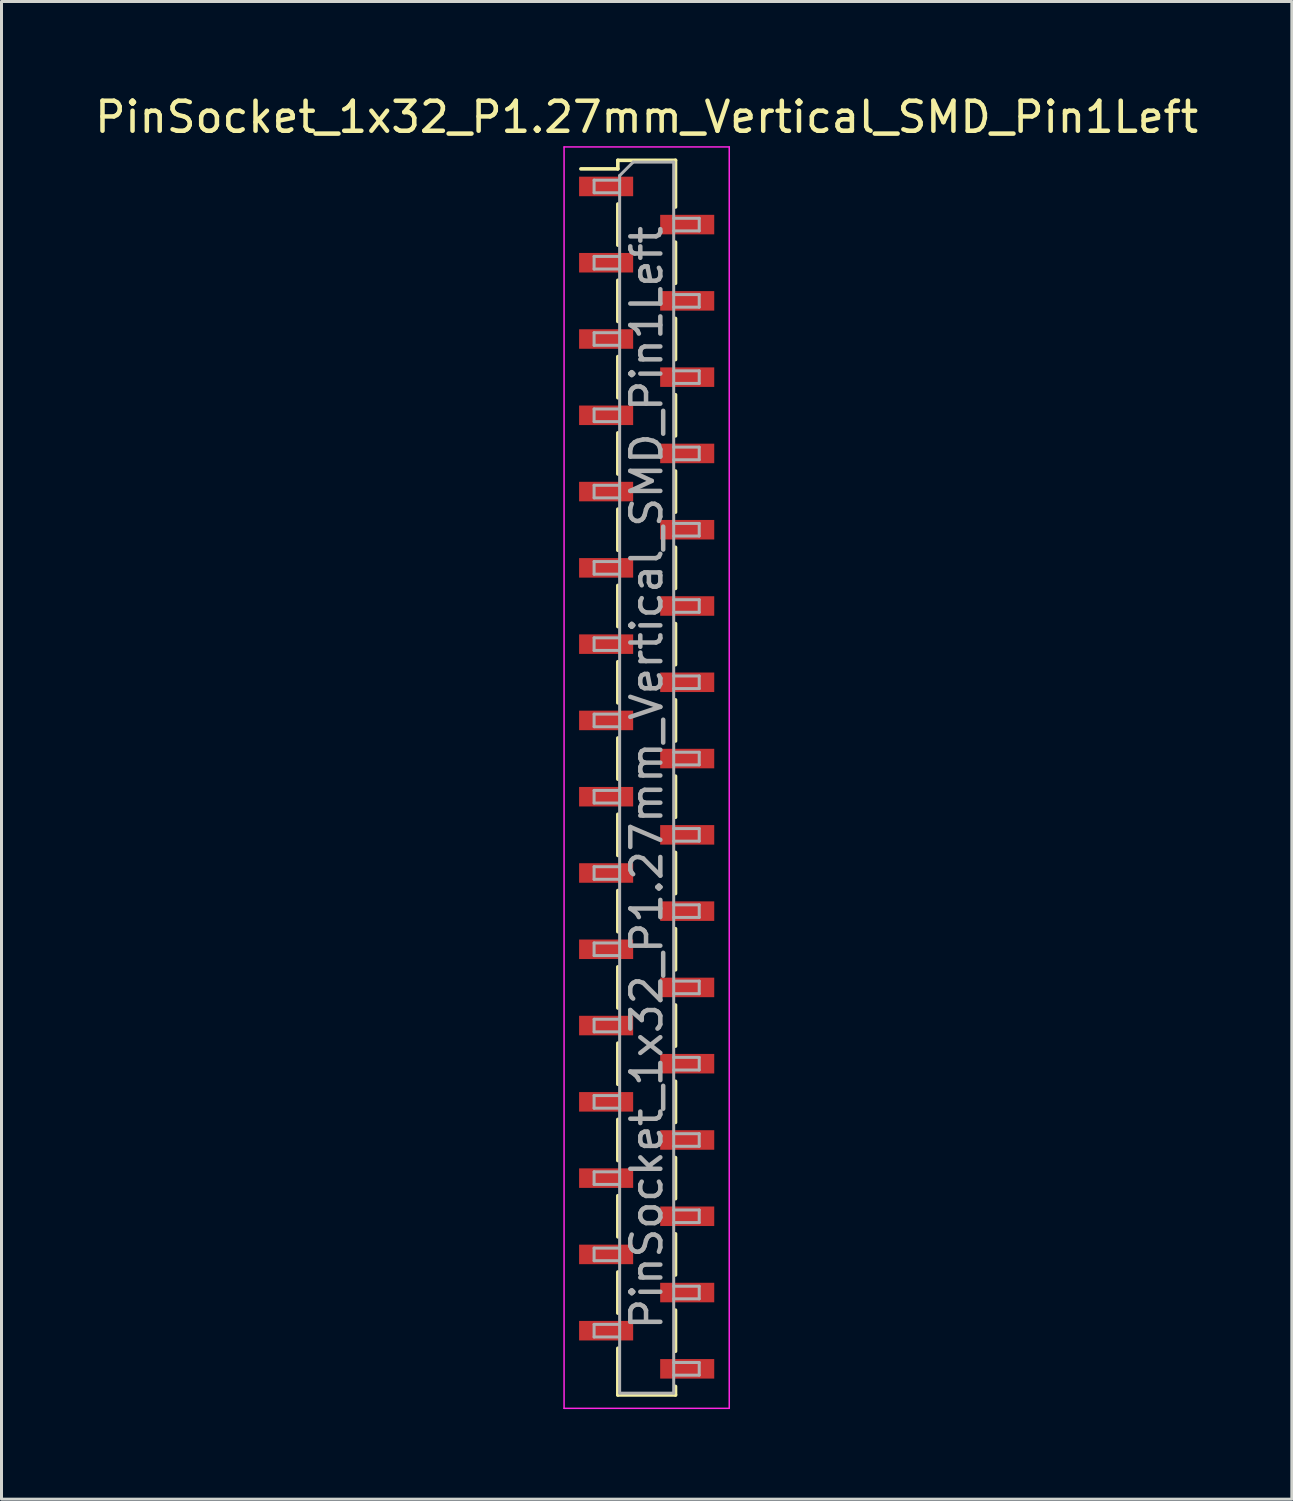
<source format=kicad_pcb>
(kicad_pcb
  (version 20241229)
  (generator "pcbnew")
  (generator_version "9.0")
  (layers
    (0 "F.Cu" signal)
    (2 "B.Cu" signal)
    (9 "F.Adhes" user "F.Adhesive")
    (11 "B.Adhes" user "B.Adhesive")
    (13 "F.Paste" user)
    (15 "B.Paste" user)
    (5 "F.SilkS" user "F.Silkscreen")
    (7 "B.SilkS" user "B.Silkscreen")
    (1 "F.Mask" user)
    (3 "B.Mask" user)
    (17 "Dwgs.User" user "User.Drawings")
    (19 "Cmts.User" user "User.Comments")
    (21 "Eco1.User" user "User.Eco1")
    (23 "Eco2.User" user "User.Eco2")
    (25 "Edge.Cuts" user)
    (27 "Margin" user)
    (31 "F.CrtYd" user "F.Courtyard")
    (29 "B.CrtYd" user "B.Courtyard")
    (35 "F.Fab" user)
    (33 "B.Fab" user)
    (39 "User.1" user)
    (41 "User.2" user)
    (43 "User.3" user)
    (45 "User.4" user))
  (footprint "PinSocket_1x32_P1.27mm_Vertical_SMD_Pin1Left"
    (layer "F.Cu")
    (at 18.482 22.843)
    (property "Reference" "PinSocket_1x32_P1.27mm_Vertical_SMD_Pin1Left" (at 0 -21.995 0) (layer "F.SilkS") (effects (font (size 1 1) (thickness 0.15))))
    (attr smd)
    (fp_line (start -2.19 -20.27) (end -0.96 -20.27) (stroke (width 0.12) (type solid)) (layer "F.SilkS"))
    (fp_line (start -0.96 -20.555) (end -0.96 -20.27) (stroke (width 0.12) (type solid)) (layer "F.SilkS"))
    (fp_line (start -0.96 -20.555) (end 0.96 -20.555) (stroke (width 0.12) (type solid)) (layer "F.SilkS"))
    (fp_line (start -0.96 -19.1) (end -0.96 -17.73) (stroke (width 0.12) (type solid)) (layer "F.SilkS"))
    (fp_line (start -0.96 -16.56) (end -0.96 -15.19) (stroke (width 0.12) (type solid)) (layer "F.SilkS"))
    (fp_line (start -0.96 -14.02) (end -0.96 -12.65) (stroke (width 0.12) (type solid)) (layer "F.SilkS"))
    (fp_line (start -0.96 -11.48) (end -0.96 -10.11) (stroke (width 0.12) (type solid)) (layer "F.SilkS"))
    (fp_line (start -0.96 -8.94) (end -0.96 -7.57) (stroke (width 0.12) (type solid)) (layer "F.SilkS"))
    (fp_line (start -0.96 -6.4) (end -0.96 -5.03) (stroke (width 0.12) (type solid)) (layer "F.SilkS"))
    (fp_line (start -0.96 -3.86) (end -0.96 -2.49) (stroke (width 0.12) (type solid)) (layer "F.SilkS"))
    (fp_line (start -0.96 -1.32) (end -0.96 0.05) (stroke (width 0.12) (type solid)) (layer "F.SilkS"))
    (fp_line (start -0.96 1.22) (end -0.96 2.59) (stroke (width 0.12) (type solid)) (layer "F.SilkS"))
    (fp_line (start -0.96 3.76) (end -0.96 5.13) (stroke (width 0.12) (type solid)) (layer "F.SilkS"))
    (fp_line (start -0.96 6.3) (end -0.96 7.67) (stroke (width 0.12) (type solid)) (layer "F.SilkS"))
    (fp_line (start -0.96 8.84) (end -0.96 10.21) (stroke (width 0.12) (type solid)) (layer "F.SilkS"))
    (fp_line (start -0.96 11.38) (end -0.96 12.75) (stroke (width 0.12) (type solid)) (layer "F.SilkS"))
    (fp_line (start -0.96 13.92) (end -0.96 15.29) (stroke (width 0.12) (type solid)) (layer "F.SilkS"))
    (fp_line (start -0.96 16.46) (end -0.96 17.83) (stroke (width 0.12) (type solid)) (layer "F.SilkS"))
    (fp_line (start -0.96 19) (end -0.96 20.555) (stroke (width 0.12) (type solid)) (layer "F.SilkS"))
    (fp_line (start -0.96 20.555) (end 0.96 20.555) (stroke (width 0.12) (type solid)) (layer "F.SilkS"))
    (fp_line (start 0.96 -20.555) (end 0.96 -19) (stroke (width 0.12) (type solid)) (layer "F.SilkS"))
    (fp_line (start 0.96 -17.83) (end 0.96 -16.46) (stroke (width 0.12) (type solid)) (layer "F.SilkS"))
    (fp_line (start 0.96 -15.29) (end 0.96 -13.92) (stroke (width 0.12) (type solid)) (layer "F.SilkS"))
    (fp_line (start 0.96 -12.75) (end 0.96 -11.38) (stroke (width 0.12) (type solid)) (layer "F.SilkS"))
    (fp_line (start 0.96 -10.21) (end 0.96 -8.84) (stroke (width 0.12) (type solid)) (layer "F.SilkS"))
    (fp_line (start 0.96 -7.67) (end 0.96 -6.3) (stroke (width 0.12) (type solid)) (layer "F.SilkS"))
    (fp_line (start 0.96 -5.13) (end 0.96 -3.76) (stroke (width 0.12) (type solid)) (layer "F.SilkS"))
    (fp_line (start 0.96 -2.59) (end 0.96 -1.22) (stroke (width 0.12) (type solid)) (layer "F.SilkS"))
    (fp_line (start 0.96 -0.05) (end 0.96 1.32) (stroke (width 0.12) (type solid)) (layer "F.SilkS"))
    (fp_line (start 0.96 2.49) (end 0.96 3.86) (stroke (width 0.12) (type solid)) (layer "F.SilkS"))
    (fp_line (start 0.96 5.03) (end 0.96 6.4) (stroke (width 0.12) (type solid)) (layer "F.SilkS"))
    (fp_line (start 0.96 7.57) (end 0.96 8.94) (stroke (width 0.12) (type solid)) (layer "F.SilkS"))
    (fp_line (start 0.96 10.11) (end 0.96 11.48) (stroke (width 0.12) (type solid)) (layer "F.SilkS"))
    (fp_line (start 0.96 12.65) (end 0.96 14.02) (stroke (width 0.12) (type solid)) (layer "F.SilkS"))
    (fp_line (start 0.96 15.19) (end 0.96 16.56) (stroke (width 0.12) (type solid)) (layer "F.SilkS"))
    (fp_line (start 0.96 17.73) (end 0.96 19.1) (stroke (width 0.12) (type solid)) (layer "F.SilkS"))
    (fp_line (start 0.96 20.27) (end 0.96 20.555) (stroke (width 0.12) (type solid)) (layer "F.SilkS"))
    (fp_line (start -2.75 -21) (end 2.75 -21) (stroke (width 0.05) (type solid)) (layer "F.CrtYd"))
    (fp_line (start -2.75 21) (end -2.75 -21) (stroke (width 0.05) (type solid)) (layer "F.CrtYd"))
    (fp_line (start 2.75 -21) (end 2.75 21) (stroke (width 0.05) (type solid)) (layer "F.CrtYd"))
    (fp_line (start 2.75 21) (end -2.75 21) (stroke (width 0.05) (type solid)) (layer "F.CrtYd"))
    (fp_line (start -1.75 -19.895) (end -0.9 -19.895) (stroke (width 0.1) (type solid)) (layer "F.Fab"))
    (fp_line (start -1.75 -19.475) (end -1.75 -19.895) (stroke (width 0.1) (type solid)) (layer "F.Fab"))
    (fp_line (start -1.75 -17.355) (end -0.9 -17.355) (stroke (width 0.1) (type solid)) (layer "F.Fab"))
    (fp_line (start -1.75 -16.935) (end -1.75 -17.355) (stroke (width 0.1) (type solid)) (layer "F.Fab"))
    (fp_line (start -1.75 -14.815) (end -0.9 -14.815) (stroke (width 0.1) (type solid)) (layer "F.Fab"))
    (fp_line (start -1.75 -14.395) (end -1.75 -14.815) (stroke (width 0.1) (type solid)) (layer "F.Fab"))
    (fp_line (start -1.75 -12.275) (end -0.9 -12.275) (stroke (width 0.1) (type solid)) (layer "F.Fab"))
    (fp_line (start -1.75 -11.855) (end -1.75 -12.275) (stroke (width 0.1) (type solid)) (layer "F.Fab"))
    (fp_line (start -1.75 -9.735) (end -0.9 -9.735) (stroke (width 0.1) (type solid)) (layer "F.Fab"))
    (fp_line (start -1.75 -9.315) (end -1.75 -9.735) (stroke (width 0.1) (type solid)) (layer "F.Fab"))
    (fp_line (start -1.75 -7.195) (end -0.9 -7.195) (stroke (width 0.1) (type solid)) (layer "F.Fab"))
    (fp_line (start -1.75 -6.775) (end -1.75 -7.195) (stroke (width 0.1) (type solid)) (layer "F.Fab"))
    (fp_line (start -1.75 -4.655) (end -0.9 -4.655) (stroke (width 0.1) (type solid)) (layer "F.Fab"))
    (fp_line (start -1.75 -4.235) (end -1.75 -4.655) (stroke (width 0.1) (type solid)) (layer "F.Fab"))
    (fp_line (start -1.75 -2.115) (end -0.9 -2.115) (stroke (width 0.1) (type solid)) (layer "F.Fab"))
    (fp_line (start -1.75 -1.695) (end -1.75 -2.115) (stroke (width 0.1) (type solid)) (layer "F.Fab"))
    (fp_line (start -1.75 0.425) (end -0.9 0.425) (stroke (width 0.1) (type solid)) (layer "F.Fab"))
    (fp_line (start -1.75 0.845) (end -1.75 0.425) (stroke (width 0.1) (type solid)) (layer "F.Fab"))
    (fp_line (start -1.75 2.965) (end -0.9 2.965) (stroke (width 0.1) (type solid)) (layer "F.Fab"))
    (fp_line (start -1.75 3.385) (end -1.75 2.965) (stroke (width 0.1) (type solid)) (layer "F.Fab"))
    (fp_line (start -1.75 5.505) (end -0.9 5.505) (stroke (width 0.1) (type solid)) (layer "F.Fab"))
    (fp_line (start -1.75 5.925) (end -1.75 5.505) (stroke (width 0.1) (type solid)) (layer "F.Fab"))
    (fp_line (start -1.75 8.045) (end -0.9 8.045) (stroke (width 0.1) (type solid)) (layer "F.Fab"))
    (fp_line (start -1.75 8.465) (end -1.75 8.045) (stroke (width 0.1) (type solid)) (layer "F.Fab"))
    (fp_line (start -1.75 10.585) (end -0.9 10.585) (stroke (width 0.1) (type solid)) (layer "F.Fab"))
    (fp_line (start -1.75 11.005) (end -1.75 10.585) (stroke (width 0.1) (type solid)) (layer "F.Fab"))
    (fp_line (start -1.75 13.125) (end -0.9 13.125) (stroke (width 0.1) (type solid)) (layer "F.Fab"))
    (fp_line (start -1.75 13.545) (end -1.75 13.125) (stroke (width 0.1) (type solid)) (layer "F.Fab"))
    (fp_line (start -1.75 15.665) (end -0.9 15.665) (stroke (width 0.1) (type solid)) (layer "F.Fab"))
    (fp_line (start -1.75 16.085) (end -1.75 15.665) (stroke (width 0.1) (type solid)) (layer "F.Fab"))
    (fp_line (start -1.75 18.205) (end -0.9 18.205) (stroke (width 0.1) (type solid)) (layer "F.Fab"))
    (fp_line (start -1.75 18.625) (end -1.75 18.205) (stroke (width 0.1) (type solid)) (layer "F.Fab"))
    (fp_line (start -0.9 -20.045) (end -0.45 -20.495) (stroke (width 0.1) (type solid)) (layer "F.Fab"))
    (fp_line (start -0.9 -19.475) (end -1.75 -19.475) (stroke (width 0.1) (type solid)) (layer "F.Fab"))
    (fp_line (start -0.9 -16.935) (end -1.75 -16.935) (stroke (width 0.1) (type solid)) (layer "F.Fab"))
    (fp_line (start -0.9 -14.395) (end -1.75 -14.395) (stroke (width 0.1) (type solid)) (layer "F.Fab"))
    (fp_line (start -0.9 -11.855) (end -1.75 -11.855) (stroke (width 0.1) (type solid)) (layer "F.Fab"))
    (fp_line (start -0.9 -9.315) (end -1.75 -9.315) (stroke (width 0.1) (type solid)) (layer "F.Fab"))
    (fp_line (start -0.9 -6.775) (end -1.75 -6.775) (stroke (width 0.1) (type solid)) (layer "F.Fab"))
    (fp_line (start -0.9 -4.235) (end -1.75 -4.235) (stroke (width 0.1) (type solid)) (layer "F.Fab"))
    (fp_line (start -0.9 -1.695) (end -1.75 -1.695) (stroke (width 0.1) (type solid)) (layer "F.Fab"))
    (fp_line (start -0.9 0.845) (end -1.75 0.845) (stroke (width 0.1) (type solid)) (layer "F.Fab"))
    (fp_line (start -0.9 3.385) (end -1.75 3.385) (stroke (width 0.1) (type solid)) (layer "F.Fab"))
    (fp_line (start -0.9 5.925) (end -1.75 5.925) (stroke (width 0.1) (type solid)) (layer "F.Fab"))
    (fp_line (start -0.9 8.465) (end -1.75 8.465) (stroke (width 0.1) (type solid)) (layer "F.Fab"))
    (fp_line (start -0.9 11.005) (end -1.75 11.005) (stroke (width 0.1) (type solid)) (layer "F.Fab"))
    (fp_line (start -0.9 13.545) (end -1.75 13.545) (stroke (width 0.1) (type solid)) (layer "F.Fab"))
    (fp_line (start -0.9 16.085) (end -1.75 16.085) (stroke (width 0.1) (type solid)) (layer "F.Fab"))
    (fp_line (start -0.9 18.625) (end -1.75 18.625) (stroke (width 0.1) (type solid)) (layer "F.Fab"))
    (fp_line (start -0.9 20.495) (end -0.9 -20.045) (stroke (width 0.1) (type solid)) (layer "F.Fab"))
    (fp_line (start -0.45 -20.495) (end 0.9 -20.495) (stroke (width 0.1) (type solid)) (layer "F.Fab"))
    (fp_line (start 0.9 -20.495) (end 0.9 20.495) (stroke (width 0.1) (type solid)) (layer "F.Fab"))
    (fp_line (start 0.9 -18.625) (end 1.75 -18.625) (stroke (width 0.1) (type solid)) (layer "F.Fab"))
    (fp_line (start 0.9 -16.085) (end 1.75 -16.085) (stroke (width 0.1) (type solid)) (layer "F.Fab"))
    (fp_line (start 0.9 -13.545) (end 1.75 -13.545) (stroke (width 0.1) (type solid)) (layer "F.Fab"))
    (fp_line (start 0.9 -11.005) (end 1.75 -11.005) (stroke (width 0.1) (type solid)) (layer "F.Fab"))
    (fp_line (start 0.9 -8.465) (end 1.75 -8.465) (stroke (width 0.1) (type solid)) (layer "F.Fab"))
    (fp_line (start 0.9 -5.925) (end 1.75 -5.925) (stroke (width 0.1) (type solid)) (layer "F.Fab"))
    (fp_line (start 0.9 -3.385) (end 1.75 -3.385) (stroke (width 0.1) (type solid)) (layer "F.Fab"))
    (fp_line (start 0.9 -0.845) (end 1.75 -0.845) (stroke (width 0.1) (type solid)) (layer "F.Fab"))
    (fp_line (start 0.9 1.695) (end 1.75 1.695) (stroke (width 0.1) (type solid)) (layer "F.Fab"))
    (fp_line (start 0.9 4.235) (end 1.75 4.235) (stroke (width 0.1) (type solid)) (layer "F.Fab"))
    (fp_line (start 0.9 6.775) (end 1.75 6.775) (stroke (width 0.1) (type solid)) (layer "F.Fab"))
    (fp_line (start 0.9 9.315) (end 1.75 9.315) (stroke (width 0.1) (type solid)) (layer "F.Fab"))
    (fp_line (start 0.9 11.855) (end 1.75 11.855) (stroke (width 0.1) (type solid)) (layer "F.Fab"))
    (fp_line (start 0.9 14.395) (end 1.75 14.395) (stroke (width 0.1) (type solid)) (layer "F.Fab"))
    (fp_line (start 0.9 16.935) (end 1.75 16.935) (stroke (width 0.1) (type solid)) (layer "F.Fab"))
    (fp_line (start 0.9 19.475) (end 1.75 19.475) (stroke (width 0.1) (type solid)) (layer "F.Fab"))
    (fp_line (start 0.9 20.495) (end -0.9 20.495) (stroke (width 0.1) (type solid)) (layer "F.Fab"))
    (fp_line (start 1.75 -18.625) (end 1.75 -18.205) (stroke (width 0.1) (type solid)) (layer "F.Fab"))
    (fp_line (start 1.75 -18.205) (end 0.9 -18.205) (stroke (width 0.1) (type solid)) (layer "F.Fab"))
    (fp_line (start 1.75 -16.085) (end 1.75 -15.665) (stroke (width 0.1) (type solid)) (layer "F.Fab"))
    (fp_line (start 1.75 -15.665) (end 0.9 -15.665) (stroke (width 0.1) (type solid)) (layer "F.Fab"))
    (fp_line (start 1.75 -13.545) (end 1.75 -13.125) (stroke (width 0.1) (type solid)) (layer "F.Fab"))
    (fp_line (start 1.75 -13.125) (end 0.9 -13.125) (stroke (width 0.1) (type solid)) (layer "F.Fab"))
    (fp_line (start 1.75 -11.005) (end 1.75 -10.585) (stroke (width 0.1) (type solid)) (layer "F.Fab"))
    (fp_line (start 1.75 -10.585) (end 0.9 -10.585) (stroke (width 0.1) (type solid)) (layer "F.Fab"))
    (fp_line (start 1.75 -8.465) (end 1.75 -8.045) (stroke (width 0.1) (type solid)) (layer "F.Fab"))
    (fp_line (start 1.75 -8.045) (end 0.9 -8.045) (stroke (width 0.1) (type solid)) (layer "F.Fab"))
    (fp_line (start 1.75 -5.925) (end 1.75 -5.505) (stroke (width 0.1) (type solid)) (layer "F.Fab"))
    (fp_line (start 1.75 -5.505) (end 0.9 -5.505) (stroke (width 0.1) (type solid)) (layer "F.Fab"))
    (fp_line (start 1.75 -3.385) (end 1.75 -2.965) (stroke (width 0.1) (type solid)) (layer "F.Fab"))
    (fp_line (start 1.75 -2.965) (end 0.9 -2.965) (stroke (width 0.1) (type solid)) (layer "F.Fab"))
    (fp_line (start 1.75 -0.845) (end 1.75 -0.425) (stroke (width 0.1) (type solid)) (layer "F.Fab"))
    (fp_line (start 1.75 -0.425) (end 0.9 -0.425) (stroke (width 0.1) (type solid)) (layer "F.Fab"))
    (fp_line (start 1.75 1.695) (end 1.75 2.115) (stroke (width 0.1) (type solid)) (layer "F.Fab"))
    (fp_line (start 1.75 2.115) (end 0.9 2.115) (stroke (width 0.1) (type solid)) (layer "F.Fab"))
    (fp_line (start 1.75 4.235) (end 1.75 4.655) (stroke (width 0.1) (type solid)) (layer "F.Fab"))
    (fp_line (start 1.75 4.655) (end 0.9 4.655) (stroke (width 0.1) (type solid)) (layer "F.Fab"))
    (fp_line (start 1.75 6.775) (end 1.75 7.195) (stroke (width 0.1) (type solid)) (layer "F.Fab"))
    (fp_line (start 1.75 7.195) (end 0.9 7.195) (stroke (width 0.1) (type solid)) (layer "F.Fab"))
    (fp_line (start 1.75 9.315) (end 1.75 9.735) (stroke (width 0.1) (type solid)) (layer "F.Fab"))
    (fp_line (start 1.75 9.735) (end 0.9 9.735) (stroke (width 0.1) (type solid)) (layer "F.Fab"))
    (fp_line (start 1.75 11.855) (end 1.75 12.275) (stroke (width 0.1) (type solid)) (layer "F.Fab"))
    (fp_line (start 1.75 12.275) (end 0.9 12.275) (stroke (width 0.1) (type solid)) (layer "F.Fab"))
    (fp_line (start 1.75 14.395) (end 1.75 14.815) (stroke (width 0.1) (type solid)) (layer "F.Fab"))
    (fp_line (start 1.75 14.815) (end 0.9 14.815) (stroke (width 0.1) (type solid)) (layer "F.Fab"))
    (fp_line (start 1.75 16.935) (end 1.75 17.355) (stroke (width 0.1) (type solid)) (layer "F.Fab"))
    (fp_line (start 1.75 17.355) (end 0.9 17.355) (stroke (width 0.1) (type solid)) (layer "F.Fab"))
    (fp_line (start 1.75 19.475) (end 1.75 19.895) (stroke (width 0.1) (type solid)) (layer "F.Fab"))
    (fp_line (start 1.75 19.895) (end 0.9 19.895) (stroke (width 0.1) (type solid)) (layer "F.Fab"))
    (fp_text user "${REFERENCE}" (at 0 0 90) (layer "F.Fab") (effects (font (size 1 1) (thickness 0.15))))
    (pad "1" smd rect (at -1.35 -19.685) (size 1.8 0.65) (layers "F.Cu" "F.Mask" "F.Paste"))
    (pad "2" smd rect (at 1.35 -18.415) (size 1.8 0.65) (layers "F.Cu" "F.Mask" "F.Paste"))
    (pad "3" smd rect (at -1.35 -17.145) (size 1.8 0.65) (layers "F.Cu" "F.Mask" "F.Paste"))
    (pad "4" smd rect (at 1.35 -15.875) (size 1.8 0.65) (layers "F.Cu" "F.Mask" "F.Paste"))
    (pad "5" smd rect (at -1.35 -14.605) (size 1.8 0.65) (layers "F.Cu" "F.Mask" "F.Paste"))
    (pad "6" smd rect (at 1.35 -13.335) (size 1.8 0.65) (layers "F.Cu" "F.Mask" "F.Paste"))
    (pad "7" smd rect (at -1.35 -12.065) (size 1.8 0.65) (layers "F.Cu" "F.Mask" "F.Paste"))
    (pad "8" smd rect (at 1.35 -10.795) (size 1.8 0.65) (layers "F.Cu" "F.Mask" "F.Paste"))
    (pad "9" smd rect (at -1.35 -9.525) (size 1.8 0.65) (layers "F.Cu" "F.Mask" "F.Paste"))
    (pad "10" smd rect (at 1.35 -8.255) (size 1.8 0.65) (layers "F.Cu" "F.Mask" "F.Paste"))
    (pad "11" smd rect (at -1.35 -6.985) (size 1.8 0.65) (layers "F.Cu" "F.Mask" "F.Paste"))
    (pad "12" smd rect (at 1.35 -5.715) (size 1.8 0.65) (layers "F.Cu" "F.Mask" "F.Paste"))
    (pad "13" smd rect (at -1.35 -4.445) (size 1.8 0.65) (layers "F.Cu" "F.Mask" "F.Paste"))
    (pad "14" smd rect (at 1.35 -3.175) (size 1.8 0.65) (layers "F.Cu" "F.Mask" "F.Paste"))
    (pad "15" smd rect (at -1.35 -1.905) (size 1.8 0.65) (layers "F.Cu" "F.Mask" "F.Paste"))
    (pad "16" smd rect (at 1.35 -0.635) (size 1.8 0.65) (layers "F.Cu" "F.Mask" "F.Paste"))
    (pad "17" smd rect (at -1.35 0.635) (size 1.8 0.65) (layers "F.Cu" "F.Mask" "F.Paste"))
    (pad "18" smd rect (at 1.35 1.905) (size 1.8 0.65) (layers "F.Cu" "F.Mask" "F.Paste"))
    (pad "19" smd rect (at -1.35 3.175) (size 1.8 0.65) (layers "F.Cu" "F.Mask" "F.Paste"))
    (pad "20" smd rect (at 1.35 4.445) (size 1.8 0.65) (layers "F.Cu" "F.Mask" "F.Paste"))
    (pad "21" smd rect (at -1.35 5.715) (size 1.8 0.65) (layers "F.Cu" "F.Mask" "F.Paste"))
    (pad "22" smd rect (at 1.35 6.985) (size 1.8 0.65) (layers "F.Cu" "F.Mask" "F.Paste"))
    (pad "23" smd rect (at -1.35 8.255) (size 1.8 0.65) (layers "F.Cu" "F.Mask" "F.Paste"))
    (pad "24" smd rect (at 1.35 9.525) (size 1.8 0.65) (layers "F.Cu" "F.Mask" "F.Paste"))
    (pad "25" smd rect (at -1.35 10.795) (size 1.8 0.65) (layers "F.Cu" "F.Mask" "F.Paste"))
    (pad "26" smd rect (at 1.35 12.065) (size 1.8 0.65) (layers "F.Cu" "F.Mask" "F.Paste"))
    (pad "27" smd rect (at -1.35 13.335) (size 1.8 0.65) (layers "F.Cu" "F.Mask" "F.Paste"))
    (pad "28" smd rect (at 1.35 14.605) (size 1.8 0.65) (layers "F.Cu" "F.Mask" "F.Paste"))
    (pad "29" smd rect (at -1.35 15.875) (size 1.8 0.65) (layers "F.Cu" "F.Mask" "F.Paste"))
    (pad "30" smd rect (at 1.35 17.145) (size 1.8 0.65) (layers "F.Cu" "F.Mask" "F.Paste"))
    (pad "31" smd rect (at -1.35 18.415) (size 1.8 0.65) (layers "F.Cu" "F.Mask" "F.Paste"))
    (pad "32" smd rect (at 1.35 19.685) (size 1.8 0.65) (layers "F.Cu" "F.Mask" "F.Paste")))
  (gr_rect
    (start -3 -3)
    (end 39.964 46.868)
    (stroke (width 0.1) (type default))
    (fill no)
    (layer "Edge.Cuts")))
</source>
